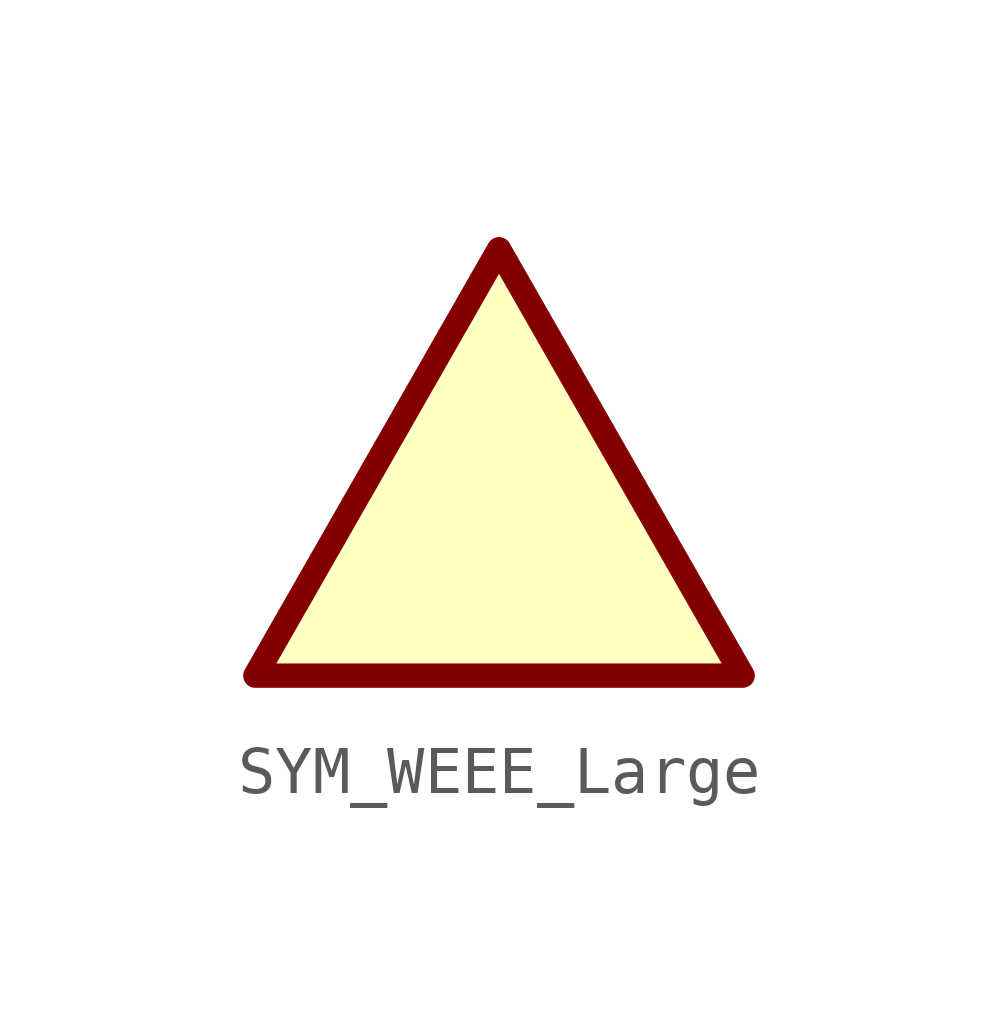
<source format=kicad_sym>
(kicad_symbol_lib
  (version 20211014)
  (generator kicad_symbol_editor)
  (symbol "SYM_WEEE_Large"
    (pin_names
      (offset 1.016) hide)
    (property "Reference" "SYM"
      (at 0 5.08 0)
      (effects (font (size 1.27 1.27)) hide))
    (symbol "SYM_WEEE_Large_0_1"
      (polyline (pts (xy -5.08 -5.08) (xy 5.08 -5.08) (xy 0 3.81) (xy -5.08 -5.08)) (stroke (width 0.508) (type default) (color 0 0 0 0)) (fill (type background))))))
</source>
